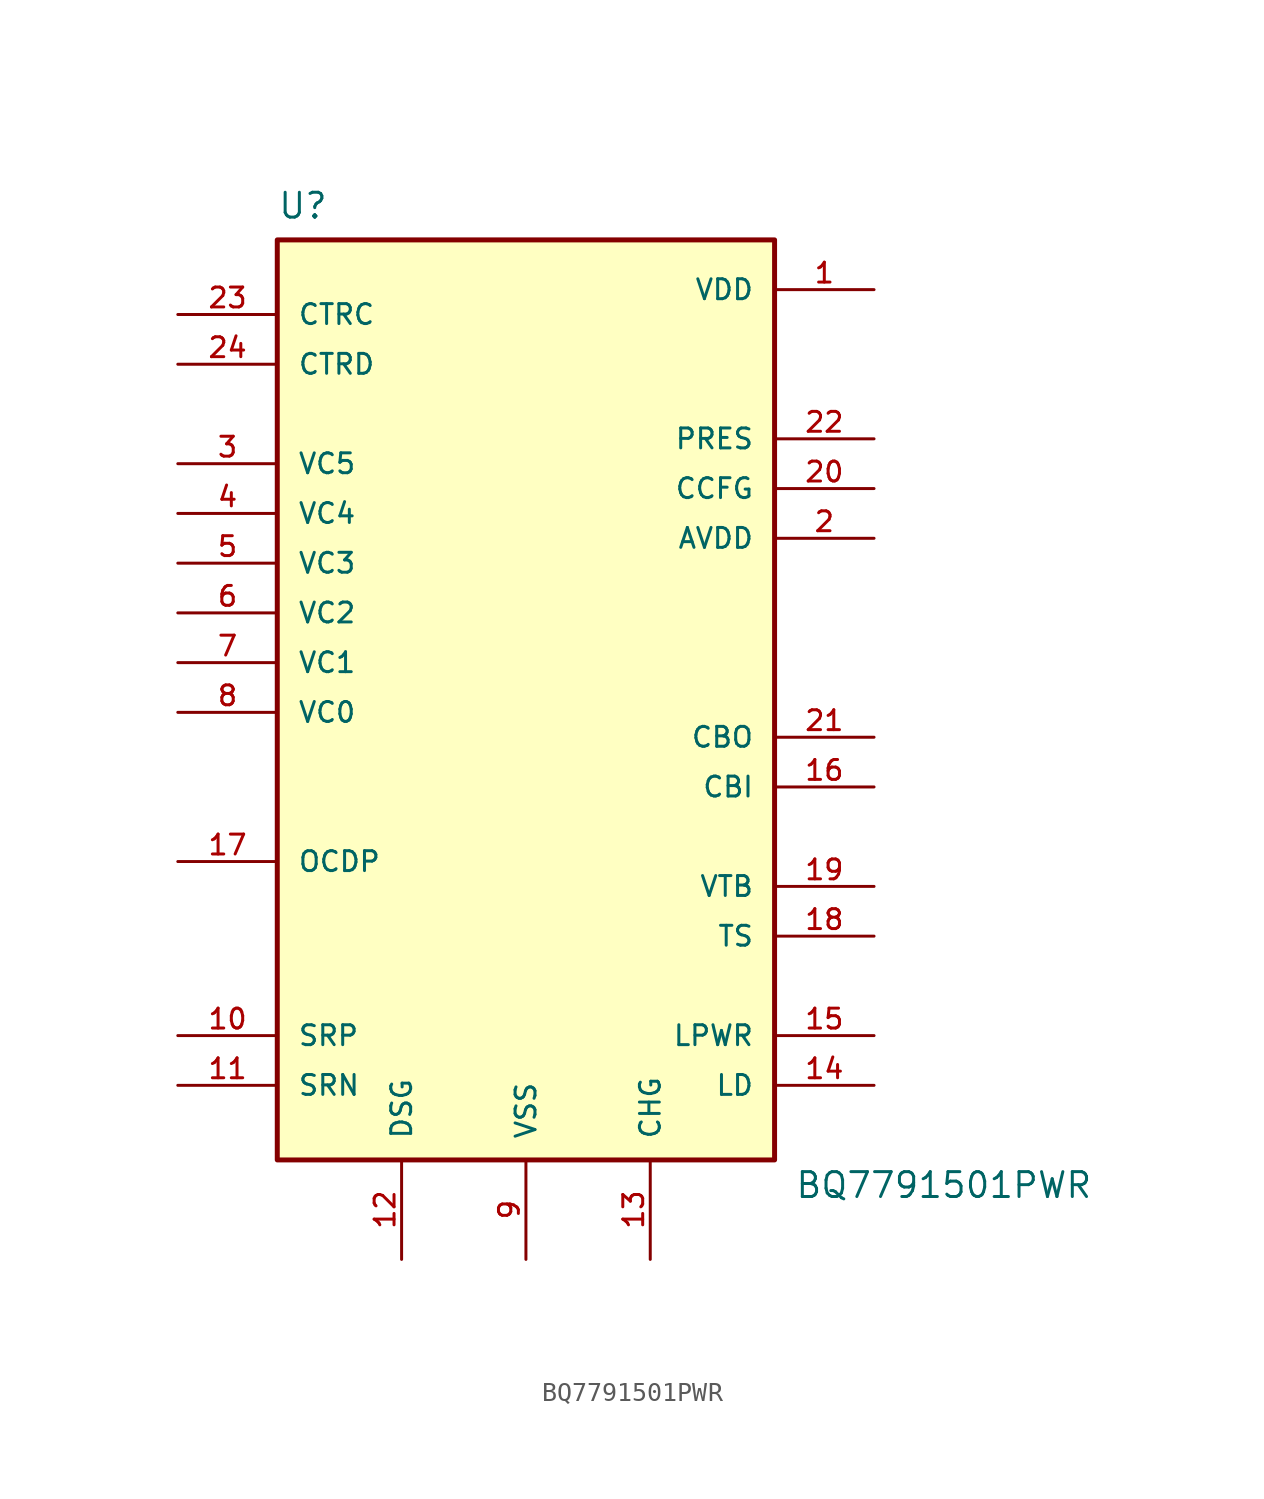
<source format=kicad_sym>
(kicad_symbol_lib
  (version 20231120)
  (generator "kicad_symbol_editor")
  (generator_version "8.0")
  (symbol "BQ7791501PWR"
    (pin_names
      (offset 1.016))
    (property "Reference" "U"
      (at -12.7 31.48 0)
      (effects (font (size 1.27 1.27)) (justify left bottom)))
    (property "Value" "BQ7791501PWR"
      (at 13.716 -18.542 0)
      (effects (font (size 1.27 1.27)) (justify left bottom)))
    (symbol "BQ7791501PWR_0_0"
      (rectangle (start -12.7 30.48) (end 12.7 -16.51) (stroke (width 0.254) (type default)) (fill (type background)))
      (pin power_in line (at 17.78 27.94 180) (length 5.08) (name "VDD" (effects (font (size 1.016 1.016)))) (number "1" (effects (font (size 1.016 1.016)))))
      (pin input line (at -17.78 -10.16 0) (length 5.08) (name "SRP" (effects (font (size 1.016 1.016)))) (number "10" (effects (font (size 1.016 1.016)))))
      (pin input line (at -17.78 -12.7 0) (length 5.08) (name "SRN" (effects (font (size 1.016 1.016)))) (number "11" (effects (font (size 1.016 1.016)))))
      (pin output line (at -6.35 -21.59 90) (length 5.08) (name "DSG" (effects (font (size 1.016 1.016)))) (number "12" (effects (font (size 1.016 1.016)))))
      (pin output line (at 6.35 -21.59 90) (length 5.08) (name "CHG" (effects (font (size 1.016 1.016)))) (number "13" (effects (font (size 1.016 1.016)))))
      (pin input line (at 17.78 -12.7 180) (length 5.08) (name "LD" (effects (font (size 1.016 1.016)))) (number "14" (effects (font (size 1.016 1.016)))))
      (pin output line (at 17.78 -10.16 180) (length 5.08) (name "LPWR" (effects (font (size 1.016 1.016)))) (number "15" (effects (font (size 1.016 1.016)))))
      (pin input line (at 17.78 2.54 180) (length 5.08) (name "CBI" (effects (font (size 1.016 1.016)))) (number "16" (effects (font (size 1.016 1.016)))))
      (pin input line (at -17.78 -1.27 0) (length 5.08) (name "OCDP" (effects (font (size 1.016 1.016)))) (number "17" (effects (font (size 1.016 1.016)))))
      (pin input line (at 17.78 -5.08 180) (length 5.08) (name "TS" (effects (font (size 1.016 1.016)))) (number "18" (effects (font (size 1.016 1.016)))))
      (pin output line (at 17.78 -2.54 180) (length 5.08) (name "VTB" (effects (font (size 1.016 1.016)))) (number "19" (effects (font (size 1.016 1.016)))))
      (pin output line (at 17.78 15.24 180) (length 5.08) (name "AVDD" (effects (font (size 1.016 1.016)))) (number "2" (effects (font (size 1.016 1.016)))))
      (pin input line (at 17.78 17.78 180) (length 5.08) (name "CCFG" (effects (font (size 1.016 1.016)))) (number "20" (effects (font (size 1.016 1.016)))))
      (pin output line (at 17.78 5.08 180) (length 5.08) (name "CBO" (effects (font (size 1.016 1.016)))) (number "21" (effects (font (size 1.016 1.016)))))
      (pin input line (at 17.78 20.32 180) (length 5.08) (name "PRES" (effects (font (size 1.016 1.016)))) (number "22" (effects (font (size 1.016 1.016)))))
      (pin input line (at -17.78 26.67 0) (length 5.08) (name "CTRC" (effects (font (size 1.016 1.016)))) (number "23" (effects (font (size 1.016 1.016)))))
      (pin input line (at -17.78 24.13 0) (length 5.08) (name "CTRD" (effects (font (size 1.016 1.016)))) (number "24" (effects (font (size 1.016 1.016)))))
      (pin input line (at -17.78 19.05 0) (length 5.08) (name "VC5" (effects (font (size 1.016 1.016)))) (number "3" (effects (font (size 1.016 1.016)))))
      (pin input line (at -17.78 16.51 0) (length 5.08) (name "VC4" (effects (font (size 1.016 1.016)))) (number "4" (effects (font (size 1.016 1.016)))))
      (pin input line (at -17.78 13.97 0) (length 5.08) (name "VC3" (effects (font (size 1.016 1.016)))) (number "5" (effects (font (size 1.016 1.016)))))
      (pin input line (at -17.78 11.43 0) (length 5.08) (name "VC2" (effects (font (size 1.016 1.016)))) (number "6" (effects (font (size 1.016 1.016)))))
      (pin input line (at -17.78 8.89 0) (length 5.08) (name "VC1" (effects (font (size 1.016 1.016)))) (number "7" (effects (font (size 1.016 1.016)))))
      (pin input line (at -17.78 6.35 0) (length 5.08) (name "VC0" (effects (font (size 1.016 1.016)))) (number "8" (effects (font (size 1.016 1.016)))))
      (pin power_in line (at 0 -21.59 90) (length 5.08) (name "VSS" (effects (font (size 1.016 1.016)))) (number "9" (effects (font (size 1.016 1.016))))))))
</source>
